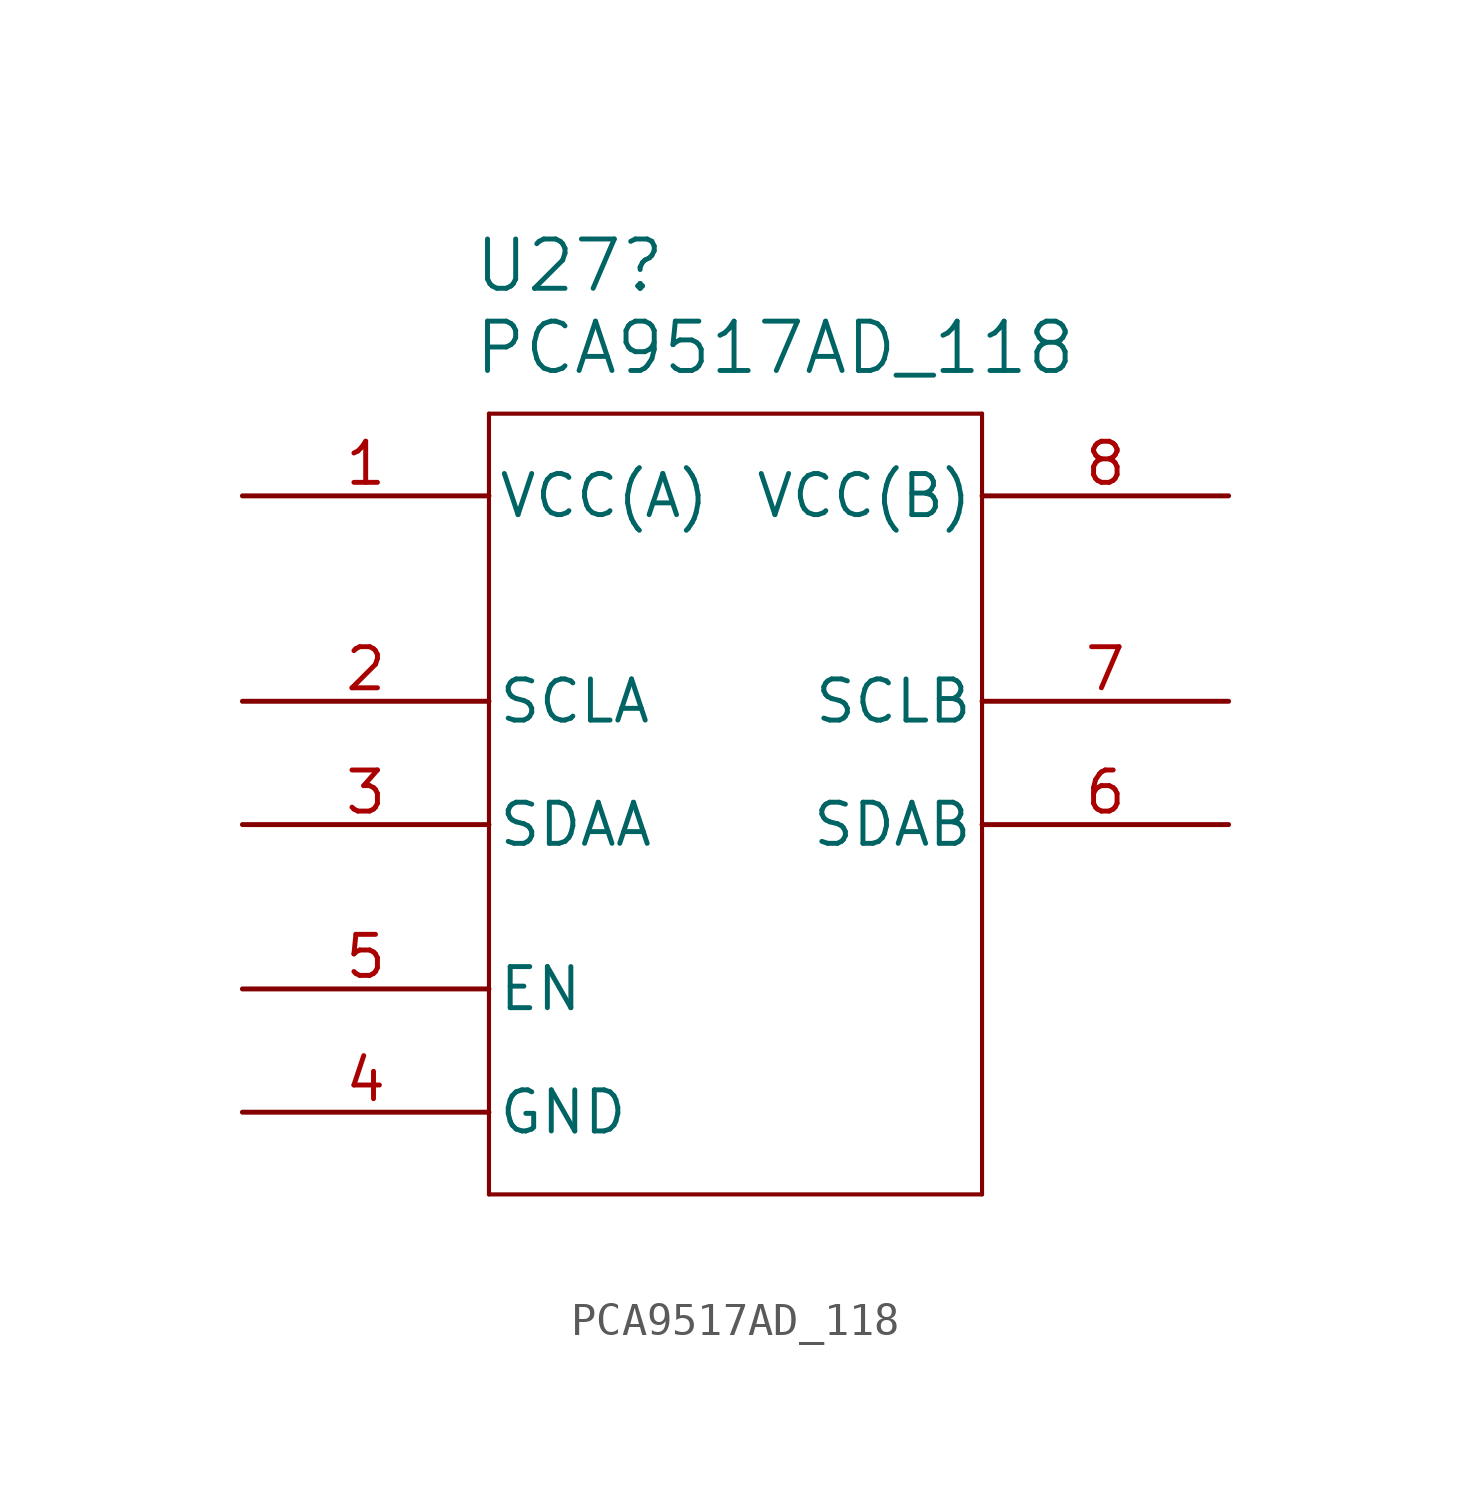
<source format=kicad_sym>
(kicad_symbol_lib
  (version 20231120)
  (generator "kicad_symbol_editor")
  (generator_version "8.0")
  (symbol "PCA9517AD_118"
    (pin_names
      (offset 0.254))
    (property "Reference" "U27"
      (at 7.112 9.652 0)
      (effects (font (size 1.524 1.524)) (justify left)))
    (property "Value" "PCA9517AD_118"
      (at 7.112 7.112 0)
      (effects (font (size 1.524 1.524)) (justify left)))
    (property "ki_locked" ""
      (at 0 0 0)
      (effects (font (size 1.27 1.27))))
    (symbol "PCA9517AD_118_0_1"
      (polyline (pts (xy 7.62 -19.05) (xy 22.86 -19.05)) (stroke (width 0.127) (type default)) (fill (type none)))
      (polyline (pts (xy 7.62 5.08) (xy 7.62 -19.05)) (stroke (width 0.127) (type default)) (fill (type none)))
      (polyline (pts (xy 22.86 -19.05) (xy 22.86 5.08)) (stroke (width 0.127) (type default)) (fill (type none)))
      (polyline (pts (xy 22.86 5.08) (xy 7.62 5.08)) (stroke (width 0.127) (type default)) (fill (type none)))
      (pin bidirectional line (at 0 -3.81 0) (length 7.62) (name "SCLA" (effects (font (size 1.27 1.27)))) (number "2" (effects (font (size 1.27 1.27)))))
      (pin bidirectional line (at 0 -7.62 0) (length 7.62) (name "SDAA" (effects (font (size 1.27 1.27)))) (number "3" (effects (font (size 1.27 1.27)))))
      (pin power_out line (at 0 -16.51 0) (length 7.62) (name "GND" (effects (font (size 1.27 1.27)))) (number "4" (effects (font (size 1.27 1.27)))))
      (pin input line (at 0 -12.7 0) (length 7.62) (name "EN" (effects (font (size 1.27 1.27)))) (number "5" (effects (font (size 1.27 1.27))))))
    (symbol "PCA9517AD_118_1_1"
      (pin power_in line (at 0 2.54 0) (length 7.62) (name "VCC(A)" (effects (font (size 1.27 1.27)))) (number "1" (effects (font (size 1.27 1.27)))))
      (pin bidirectional line (at 30.48 -7.62 180) (length 7.62) (name "SDAB" (effects (font (size 1.27 1.27)))) (number "6" (effects (font (size 1.27 1.27)))))
      (pin bidirectional line (at 30.48 -3.81 180) (length 7.62) (name "SCLB" (effects (font (size 1.27 1.27)))) (number "7" (effects (font (size 1.27 1.27)))))
      (pin power_in line (at 30.48 2.54 180) (length 7.62) (name "VCC(B)" (effects (font (size 1.27 1.27)))) (number "8" (effects (font (size 1.27 1.27))))))))
</source>
